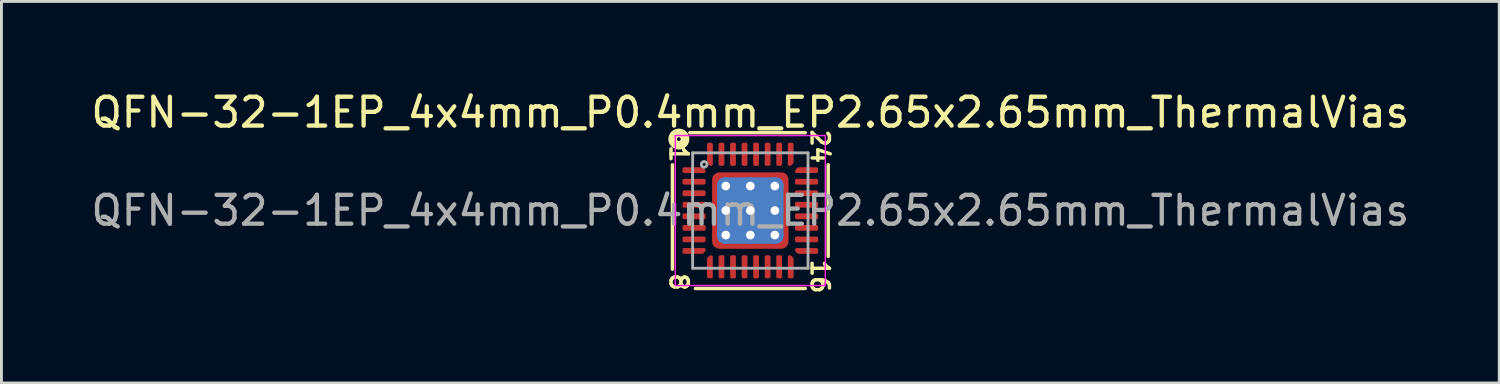
<source format=kicad_pcb>
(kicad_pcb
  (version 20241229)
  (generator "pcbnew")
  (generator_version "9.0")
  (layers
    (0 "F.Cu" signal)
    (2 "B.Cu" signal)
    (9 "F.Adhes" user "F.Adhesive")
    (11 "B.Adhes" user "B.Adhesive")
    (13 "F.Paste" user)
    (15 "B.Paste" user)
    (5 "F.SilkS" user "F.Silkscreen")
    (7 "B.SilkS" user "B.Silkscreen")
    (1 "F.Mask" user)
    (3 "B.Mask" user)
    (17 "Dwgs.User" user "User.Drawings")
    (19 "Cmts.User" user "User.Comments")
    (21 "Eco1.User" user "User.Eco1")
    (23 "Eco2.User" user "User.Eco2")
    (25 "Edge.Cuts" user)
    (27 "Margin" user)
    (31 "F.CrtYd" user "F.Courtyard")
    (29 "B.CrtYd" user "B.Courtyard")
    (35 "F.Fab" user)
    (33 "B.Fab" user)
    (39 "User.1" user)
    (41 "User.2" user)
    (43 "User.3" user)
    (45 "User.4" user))
  (footprint "QFN-32-1EP_4x4mm_P0.4mm_EP2.65x2.65mm_ThermalVias"
    (layer "F.Cu")
    (at 22.958 4.248)
    (property "Reference" "QFN-32-1EP_4x4mm_P0.4mm_EP2.65x2.65mm_ThermalVias" (at 0 -3.4 0) (layer "F.SilkS") (effects (font (size 1 1) (thickness 0.15))))
    (attr smd)
    (fp_line (start -2.7 -1.587) (end -2.7 2.032) (stroke (width 0.12) (type solid)) (layer "F.SilkS"))
    (fp_line (start -1.905 2.7) (end 1.905 2.7) (stroke (width 0.12) (type solid)) (layer "F.SilkS"))
    (fp_line (start 1.905 -2.7) (end -2.095 -2.7) (stroke (width 0.12) (type solid)) (layer "F.SilkS"))
    (fp_line (start 2.7 1.587) (end 2.7 -1.587) (stroke (width 0.12) (type solid)) (layer "F.SilkS"))
    (fp_circle (center -2.477 -2.477) (end -2.413 -2.477) (stroke (width 0.3) (type solid)) (fill no) (layer "F.SilkS"))
    (fp_line (start -2.6 -2.6) (end -2.6 2.6) (stroke (width 0.05) (type solid)) (layer "F.CrtYd"))
    (fp_line (start -2.6 2.6) (end 2.6 2.6) (stroke (width 0.05) (type solid)) (layer "F.CrtYd"))
    (fp_line (start 2.6 -2.6) (end -2.6 -2.6) (stroke (width 0.05) (type solid)) (layer "F.CrtYd"))
    (fp_line (start 2.6 2.6) (end 2.6 -2.6) (stroke (width 0.05) (type solid)) (layer "F.CrtYd"))
    (fp_line (start -2 -2) (end 2 -2) (stroke (width 0.1) (type solid)) (layer "F.Fab"))
    (fp_line (start -2 2) (end -2 -2) (stroke (width 0.1) (type solid)) (layer "F.Fab"))
    (fp_line (start 2 -2) (end 2 2) (stroke (width 0.1) (type solid)) (layer "F.Fab"))
    (fp_line (start 2 2) (end -2 2) (stroke (width 0.1) (type solid)) (layer "F.Fab"))
    (fp_circle (center -1.6 -1.6) (end -1.5 -1.6) (stroke (width 0.1) (type solid)) (fill no) (layer "F.Fab"))
    (fp_text user "24" (at 2.413 -2.223 270) (unlocked yes) (layer "F.SilkS") (effects (font (size 0.6 0.6) (thickness 0.12))))
    (fp_text user "16" (at 2.413 2.286 270) (unlocked yes) (layer "F.SilkS") (effects (font (size 0.6 0.6) (thickness 0.12))))
    (fp_text user "8" (at -2.477 2.477 270) (unlocked yes) (layer "F.SilkS") (effects (font (size 0.6 0.6) (thickness 0.12))))
    (fp_text user "1" (at -2.477 -1.968 270) (unlocked yes) (layer "F.SilkS") (effects (font (size 0.6 0.6) (thickness 0.12))))
    (fp_text user "${REFERENCE}" (at 0 0 0) (layer "F.Fab") (effects (font (size 1 1) (thickness 0.15))))
    (pad "" smd custom (at -1.087 -1.087) (size 0.248 0.248) (layers "F.Paste") (options (anchor circle)) (primitives (gr_poly (pts (xy 0.096 -0.039) (xy -0.039 0.096) (xy -0.096 0.096) (xy -0.096 -0.096) (xy 0.096 -0.096)) (width 0.191) (fill yes))))
    (pad "" smd custom (at -1.087 -0.425) (size 0.274 0.274) (layers "F.Paste") (options (anchor circle)) (primitives (gr_poly (pts (xy 0.096 -0.149) (xy 0.096 0.149) (xy -0.003 0.247) (xy -0.096 0.247) (xy -0.096 -0.247) (xy -0.003 -0.247)) (width 0.191) (fill yes))))
    (pad "" smd custom (at -1.087 0.425) (size 0.274 0.274) (layers "F.Paste") (options (anchor circle)) (primitives (gr_poly (pts (xy 0.096 -0.149) (xy 0.096 0.149) (xy -0.003 0.247) (xy -0.096 0.247) (xy -0.096 -0.247) (xy -0.003 -0.247)) (width 0.191) (fill yes))))
    (pad "" smd custom (at -1.087 1.087) (size 0.248 0.248) (layers "F.Paste") (options (anchor circle)) (primitives (gr_poly (pts (xy 0.096 0.039) (xy 0.096 0.096) (xy -0.096 0.096) (xy -0.096 -0.096) (xy -0.039 -0.096)) (width 0.191) (fill yes))))
    (pad "" smd custom (at -0.425 -1.087) (size 0.274 0.274) (layers "F.Paste") (options (anchor circle)) (primitives (gr_poly (pts (xy 0.247 -0.003) (xy 0.149 0.096) (xy -0.149 0.096) (xy -0.247 -0.003) (xy -0.247 -0.096) (xy 0.247 -0.096)) (width 0.191) (fill yes))))
    (pad "" smd custom (at -0.425 -0.425) (size 0.602 0.602) (layers "F.Paste") (options (anchor circle)) (primitives (gr_poly (pts (xy 0.259 -0.19) (xy 0.259 0.19) (xy 0.19 0.259) (xy -0.19 0.259) (xy -0.259 0.19) (xy -0.259 -0.19) (xy -0.19 -0.259) (xy 0.19 -0.259)) (width 0.167) (fill yes))))
    (pad "" smd custom (at -0.425 0.425) (size 0.602 0.602) (layers "F.Paste") (options (anchor circle)) (primitives (gr_poly (pts (xy 0.259 -0.19) (xy 0.259 0.19) (xy 0.19 0.259) (xy -0.19 0.259) (xy -0.259 0.19) (xy -0.259 -0.19) (xy -0.19 -0.259) (xy 0.19 -0.259)) (width 0.167) (fill yes))))
    (pad "" smd custom (at -0.425 1.087) (size 0.274 0.274) (layers "F.Paste") (options (anchor circle)) (primitives (gr_poly (pts (xy 0.247 0.003) (xy 0.247 0.096) (xy -0.247 0.096) (xy -0.247 0.003) (xy -0.149 -0.096) (xy 0.149 -0.096)) (width 0.191) (fill yes))))
    (pad "" smd custom (at 0.425 -1.087) (size 0.274 0.274) (layers "F.Paste") (options (anchor circle)) (primitives (gr_poly (pts (xy 0.247 -0.003) (xy 0.149 0.096) (xy -0.149 0.096) (xy -0.247 -0.003) (xy -0.247 -0.096) (xy 0.247 -0.096)) (width 0.191) (fill yes))))
    (pad "" smd custom (at 0.425 -0.425) (size 0.602 0.602) (layers "F.Paste") (options (anchor circle)) (primitives (gr_poly (pts (xy 0.259 -0.19) (xy 0.259 0.19) (xy 0.19 0.259) (xy -0.19 0.259) (xy -0.259 0.19) (xy -0.259 -0.19) (xy -0.19 -0.259) (xy 0.19 -0.259)) (width 0.167) (fill yes))))
    (pad "" smd custom (at 0.425 0.425) (size 0.602 0.602) (layers "F.Paste") (options (anchor circle)) (primitives (gr_poly (pts (xy 0.259 -0.19) (xy 0.259 0.19) (xy 0.19 0.259) (xy -0.19 0.259) (xy -0.259 0.19) (xy -0.259 -0.19) (xy -0.19 -0.259) (xy 0.19 -0.259)) (width 0.167) (fill yes))))
    (pad "" smd custom (at 0.425 1.087) (size 0.274 0.274) (layers "F.Paste") (options (anchor circle)) (primitives (gr_poly (pts (xy 0.247 0.003) (xy 0.247 0.096) (xy -0.247 0.096) (xy -0.247 0.003) (xy -0.149 -0.096) (xy 0.149 -0.096)) (width 0.191) (fill yes))))
    (pad "" smd custom (at 1.087 -1.087) (size 0.248 0.248) (layers "F.Paste") (options (anchor circle)) (primitives (gr_poly (pts (xy 0.096 0.096) (xy 0.039 0.096) (xy -0.096 -0.039) (xy -0.096 -0.096) (xy 0.096 -0.096)) (width 0.191) (fill yes))))
    (pad "" smd custom (at 1.087 -0.425) (size 0.274 0.274) (layers "F.Paste") (options (anchor circle)) (primitives (gr_poly (pts (xy 0.096 0.247) (xy 0.003 0.247) (xy -0.096 0.149) (xy -0.096 -0.149) (xy 0.003 -0.247) (xy 0.096 -0.247)) (width 0.191) (fill yes))))
    (pad "" smd custom (at 1.087 0.425) (size 0.274 0.274) (layers "F.Paste") (options (anchor circle)) (primitives (gr_poly (pts (xy 0.096 0.247) (xy 0.003 0.247) (xy -0.096 0.149) (xy -0.096 -0.149) (xy 0.003 -0.247) (xy 0.096 -0.247)) (width 0.191) (fill yes))))
    (pad "" smd custom (at 1.087 1.087) (size 0.248 0.248) (layers "F.Paste") (options (anchor circle)) (primitives (gr_poly (pts (xy 0.096 0.096) (xy -0.096 0.096) (xy -0.096 0.039) (xy 0.039 -0.096) (xy 0.096 -0.096)) (width 0.191) (fill yes))))
    (pad "1" smd custom (at -1.95 -1.4) (size 0.129 0.129) (layers "F.Cu" "F.Mask" "F.Paste") (options (anchor circle)) (primitives (gr_poly (pts (xy 0.35 0.021) (xy 0.35 0.05) (xy -0.35 0.05) (xy -0.35 -0.05) (xy 0.279 -0.05)) (width 0.1) (fill yes))))
    (pad "2" smd roundrect (at -1.95 -1) (size 0.8 0.2) (layers "F.Cu" "F.Mask" "F.Paste") (roundrect_rratio 0.25))
    (pad "3" smd roundrect (at -1.95 -0.6) (size 0.8 0.2) (layers "F.Cu" "F.Mask" "F.Paste") (roundrect_rratio 0.25))
    (pad "4" smd roundrect (at -1.95 -0.2) (size 0.8 0.2) (layers "F.Cu" "F.Mask" "F.Paste") (roundrect_rratio 0.25))
    (pad "5" smd roundrect (at -1.95 0.2) (size 0.8 0.2) (layers "F.Cu" "F.Mask" "F.Paste") (roundrect_rratio 0.25))
    (pad "6" smd roundrect (at -1.95 0.6) (size 0.8 0.2) (layers "F.Cu" "F.Mask" "F.Paste") (roundrect_rratio 0.25))
    (pad "7" smd roundrect (at -1.95 1) (size 0.8 0.2) (layers "F.Cu" "F.Mask" "F.Paste") (roundrect_rratio 0.25))
    (pad "8" smd custom (at -1.95 1.4) (size 0.129 0.129) (layers "F.Cu" "F.Mask" "F.Paste") (options (anchor circle)) (primitives (gr_poly (pts (xy 0.35 -0.021) (xy 0.279 0.05) (xy -0.35 0.05) (xy -0.35 -0.05) (xy 0.35 -0.05)) (width 0.1) (fill yes))))
    (pad "9" smd custom (at -1.4 1.95) (size 0.129 0.129) (layers "F.Cu" "F.Mask" "F.Paste") (options (anchor circle)) (primitives (gr_poly (pts (xy 0.05 0.35) (xy -0.05 0.35) (xy -0.05 -0.279) (xy 0.021 -0.35) (xy 0.05 -0.35)) (width 0.1) (fill yes))))
    (pad "10" smd roundrect (at -1 1.95) (size 0.2 0.8) (layers "F.Cu" "F.Mask" "F.Paste") (roundrect_rratio 0.25))
    (pad "11" smd roundrect (at -0.6 1.95) (size 0.2 0.8) (layers "F.Cu" "F.Mask" "F.Paste") (roundrect_rratio 0.25))
    (pad "12" smd roundrect (at -0.2 1.95) (size 0.2 0.8) (layers "F.Cu" "F.Mask" "F.Paste") (roundrect_rratio 0.25))
    (pad "13" smd roundrect (at 0.2 1.95) (size 0.2 0.8) (layers "F.Cu" "F.Mask" "F.Paste") (roundrect_rratio 0.25))
    (pad "14" smd roundrect (at 0.6 1.95) (size 0.2 0.8) (layers "F.Cu" "F.Mask" "F.Paste") (roundrect_rratio 0.25))
    (pad "15" smd roundrect (at 1 1.95) (size 0.2 0.8) (layers "F.Cu" "F.Mask" "F.Paste") (roundrect_rratio 0.25))
    (pad "16" smd custom (at 1.4 1.95) (size 0.129 0.129) (layers "F.Cu" "F.Mask" "F.Paste") (options (anchor circle)) (primitives (gr_poly (pts (xy 0.05 -0.279) (xy 0.05 0.35) (xy -0.05 0.35) (xy -0.05 -0.35) (xy -0.021 -0.35)) (width 0.1) (fill yes))))
    (pad "17" smd custom (at 1.95 1.4) (size 0.129 0.129) (layers "F.Cu" "F.Mask" "F.Paste") (options (anchor circle)) (primitives (gr_poly (pts (xy 0.35 0.05) (xy -0.279 0.05) (xy -0.35 -0.021) (xy -0.35 -0.05) (xy 0.35 -0.05)) (width 0.1) (fill yes))))
    (pad "18" smd roundrect (at 1.95 1) (size 0.8 0.2) (layers "F.Cu" "F.Mask" "F.Paste") (roundrect_rratio 0.25))
    (pad "19" smd roundrect (at 1.95 0.6) (size 0.8 0.2) (layers "F.Cu" "F.Mask" "F.Paste") (roundrect_rratio 0.25))
    (pad "20" smd roundrect (at 1.95 0.2) (size 0.8 0.2) (layers "F.Cu" "F.Mask" "F.Paste") (roundrect_rratio 0.25))
    (pad "21" smd roundrect (at 1.95 -0.2) (size 0.8 0.2) (layers "F.Cu" "F.Mask" "F.Paste") (roundrect_rratio 0.25))
    (pad "22" smd roundrect (at 1.95 -0.6) (size 0.8 0.2) (layers "F.Cu" "F.Mask" "F.Paste") (roundrect_rratio 0.25))
    (pad "23" smd roundrect (at 1.95 -1) (size 0.8 0.2) (layers "F.Cu" "F.Mask" "F.Paste") (roundrect_rratio 0.25))
    (pad "24" smd custom (at 1.95 -1.4) (size 0.129 0.129) (layers "F.Cu" "F.Mask" "F.Paste") (options (anchor circle)) (primitives (gr_poly (pts (xy 0.35 0.05) (xy -0.35 0.05) (xy -0.35 0.021) (xy -0.279 -0.05) (xy 0.35 -0.05)) (width 0.1) (fill yes))))
    (pad "25" smd custom (at 1.4 -1.95) (size 0.129 0.129) (layers "F.Cu" "F.Mask" "F.Paste") (options (anchor circle)) (primitives (gr_poly (pts (xy 0.05 0.279) (xy -0.021 0.35) (xy -0.05 0.35) (xy -0.05 -0.35) (xy 0.05 -0.35)) (width 0.1) (fill yes))))
    (pad "26" smd roundrect (at 1 -1.95) (size 0.2 0.8) (layers "F.Cu" "F.Mask" "F.Paste") (roundrect_rratio 0.25))
    (pad "27" smd roundrect (at 0.6 -1.95) (size 0.2 0.8) (layers "F.Cu" "F.Mask" "F.Paste") (roundrect_rratio 0.25))
    (pad "28" smd roundrect (at 0.2 -1.95) (size 0.2 0.8) (layers "F.Cu" "F.Mask" "F.Paste") (roundrect_rratio 0.25))
    (pad "29" smd roundrect (at -0.2 -1.95) (size 0.2 0.8) (layers "F.Cu" "F.Mask" "F.Paste") (roundrect_rratio 0.25))
    (pad "30" smd roundrect (at -0.6 -1.95) (size 0.2 0.8) (layers "F.Cu" "F.Mask" "F.Paste") (roundrect_rratio 0.25))
    (pad "31" smd roundrect (at -1 -1.95) (size 0.2 0.8) (layers "F.Cu" "F.Mask" "F.Paste") (roundrect_rratio 0.25))
    (pad "32" smd custom (at -1.4 -1.95) (size 0.129 0.129) (layers "F.Cu" "F.Mask" "F.Paste") (options (anchor circle)) (primitives (gr_poly (pts (xy 0.05 0.35) (xy 0.021 0.35) (xy -0.05 0.279) (xy -0.05 -0.35) (xy 0.05 -0.35)) (width 0.1) (fill yes))))
    (pad "33" thru_hole circle (at -0.85 -0.85) (size 0.6 0.6) (drill 0.3) (property pad_prop_heatsink) (layers "*.Cu"))
    (pad "33" thru_hole circle (at -0.85 0) (size 0.6 0.6) (drill 0.3) (property pad_prop_heatsink) (layers "*.Cu"))
    (pad "33" thru_hole circle (at -0.85 0.85) (size 0.6 0.6) (drill 0.3) (property pad_prop_heatsink) (layers "*.Cu"))
    (pad "33" thru_hole circle (at 0 -0.85) (size 0.6 0.6) (drill 0.3) (property pad_prop_heatsink) (layers "*.Cu"))
    (pad "33" thru_hole circle (at 0 0) (size 0.6 0.6) (drill 0.3) (property pad_prop_heatsink) (layers "*.Cu"))
    (pad "33" smd roundrect (at 0 0) (size 2.3 2.3) (layers "B.Cu" "B.Mask") (roundrect_rratio 0.109))
    (pad "33" smd roundrect (at 0 0) (size 2.65 2.65) (layers "F.Cu" "F.Mask") (roundrect_rratio 0.094))
    (pad "33" thru_hole circle (at 0 0.85) (size 0.6 0.6) (drill 0.3) (property pad_prop_heatsink) (layers "*.Cu"))
    (pad "33" thru_hole circle (at 0.85 -0.85) (size 0.6 0.6) (drill 0.3) (property pad_prop_heatsink) (layers "*.Cu"))
    (pad "33" thru_hole circle (at 0.85 0) (size 0.6 0.6) (drill 0.3) (property pad_prop_heatsink) (layers "*.Cu"))
    (pad "33" thru_hole circle (at 0.85 0.85) (size 0.6 0.6) (drill 0.3) (property pad_prop_heatsink) (layers "*.Cu")))
  (gr_rect
    (start -3 -3)
    (end 48.917 10.226)
    (stroke (width 0.1) (type default))
    (fill no)
    (layer "Edge.Cuts")))
</source>
